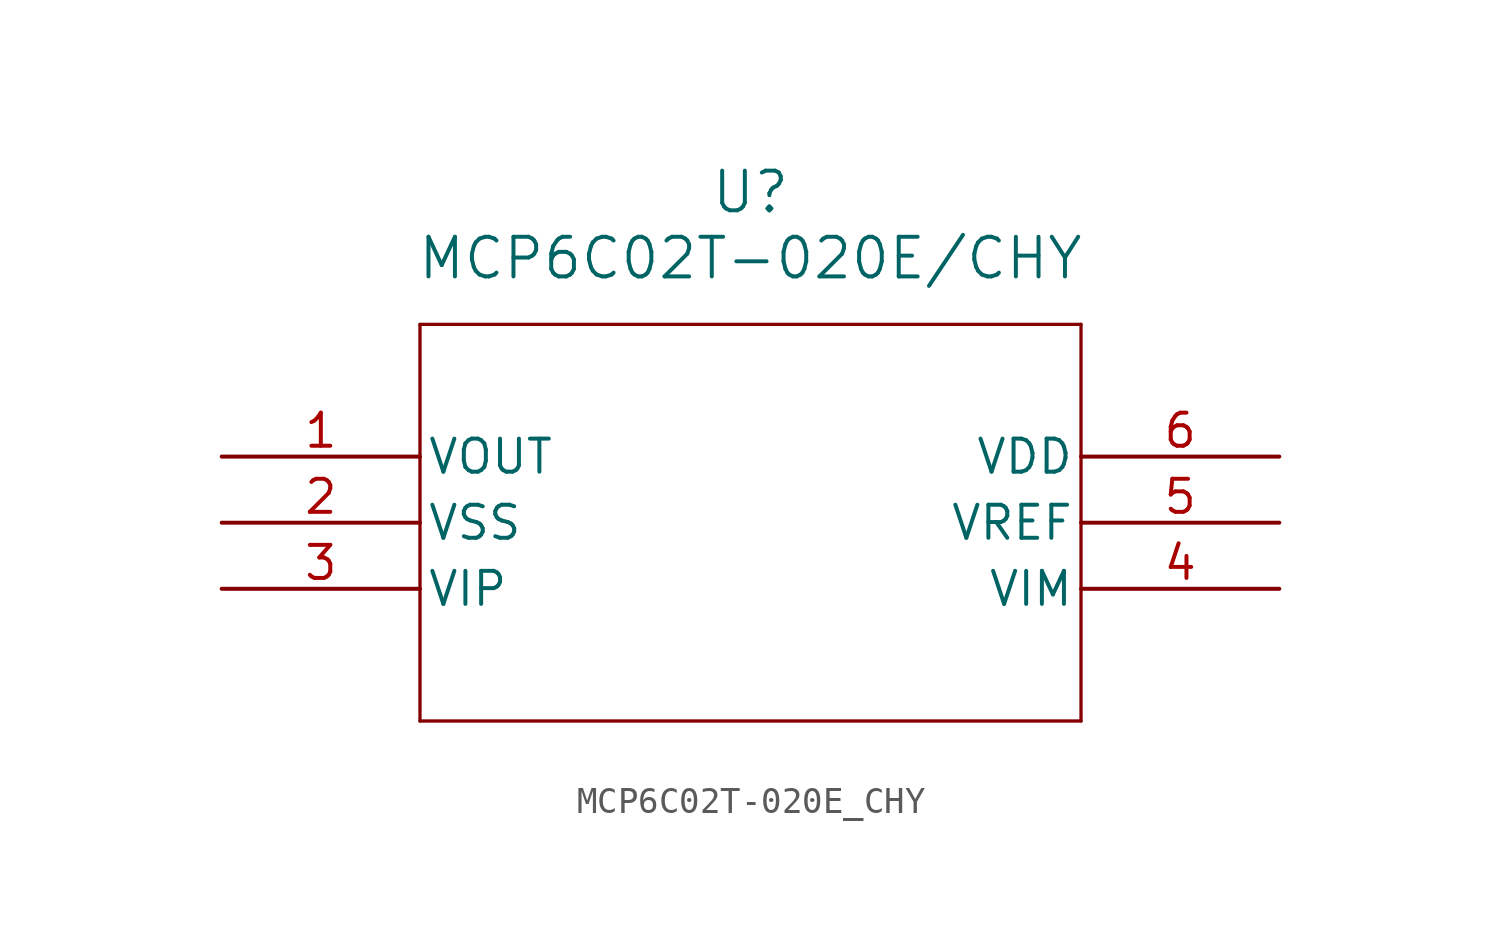
<source format=kicad_sym>
(kicad_symbol_lib
  (version 20241209)
  (generator "kicad_symbol_editor")
  (generator_version "9.0")
  (symbol "MCP6C02T-020E_CHY"
    (pin_names
      (offset 0.254))
    (property "Reference" "U"
      (at 20.32 10.16 0)
      (effects (font (size 1.524 1.524))))
    (property "Value" "MCP6C02T-020E/CHY"
      (at 20.32 7.62 0)
      (effects (font (size 1.524 1.524))))
    (property "ki_locked" ""
      (at 0 0 0)
      (effects (font (size 1.27 1.27))))
    (symbol "MCP6C02T-020E_CHY_0_1"
      (polyline (pts (xy 7.62 5.08) (xy 7.62 -10.16)) (stroke (width 0.127) (type default)) (fill (type none)))
      (polyline (pts (xy 7.62 -10.16) (xy 33.02 -10.16)) (stroke (width 0.127) (type default)) (fill (type none)))
      (polyline (pts (xy 33.02 5.08) (xy 7.62 5.08)) (stroke (width 0.127) (type default)) (fill (type none)))
      (polyline (pts (xy 33.02 -10.16) (xy 33.02 5.08)) (stroke (width 0.127) (type default)) (fill (type none)))
      (pin output line (at 0 0 0) (length 7.62) (name "VOUT" (effects (font (size 1.27 1.27)))) (number "1" (effects (font (size 1.27 1.27)))))
      (pin power_out line (at 0 -2.54 0) (length 7.62) (name "VSS" (effects (font (size 1.27 1.27)))) (number "2" (effects (font (size 1.27 1.27)))))
      (pin input line (at 0 -5.08 0) (length 7.62) (name "VIP" (effects (font (size 1.27 1.27)))) (number "3" (effects (font (size 1.27 1.27)))))
      (pin power_in line (at 40.64 0 180) (length 7.62) (name "VDD" (effects (font (size 1.27 1.27)))) (number "6" (effects (font (size 1.27 1.27)))))
      (pin input line (at 40.64 -2.54 180) (length 7.62) (name "VREF" (effects (font (size 1.27 1.27)))) (number "5" (effects (font (size 1.27 1.27)))))
      (pin input line (at 40.64 -5.08 180) (length 7.62) (name "VIM" (effects (font (size 1.27 1.27)))) (number "4" (effects (font (size 1.27 1.27))))))))
</source>
